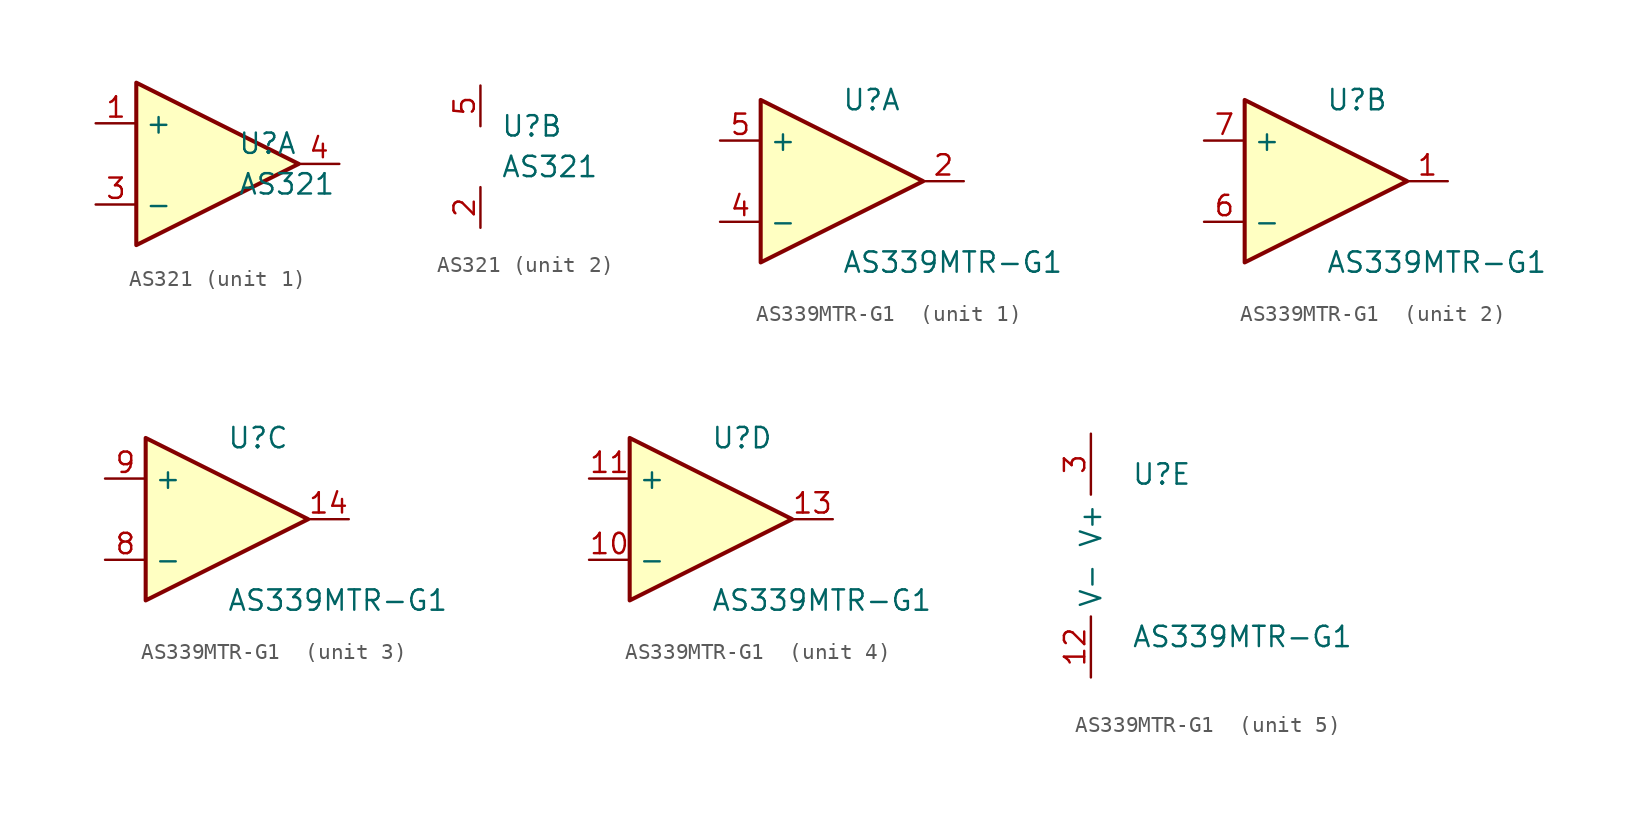
<source format=kicad_sym>
(kicad_symbol_lib
  (version 20210619)
  (generator kicad_symbol_editor)
  (symbol "DiscretePixelDetectorForRadiationAnalysis:AS321"
    (property "Reference" "U"
      (at 1.27 1.27 0)
      (effects (font (size 1.27 1.27)) (justify left)))
    (property "Value" "AS321"
      (at 1.27 -1.27 0)
      (effects (font (size 1.27 1.27)) (justify left)))
    (property "ki_locked" ""
      (at 0 0 0)
      (effects (font (size 1.27 1.27))))
    (symbol "AS321_1_1"
      (polyline (pts (xy -5.08 5.08) (xy 5.08 0) (xy -5.08 -5.08) (xy -5.08 5.08)) (stroke (width 0.254)) (fill (type background)))
      (pin input line (at -7.62 2.54 0) (length 2.54) (name "+" (effects (font (size 1.27 1.27)))) (number "1" (effects (font (size 1.27 1.27)))))
      (pin input line (at -7.62 -2.54 0) (length 2.54) (name "-" (effects (font (size 1.27 1.27)))) (number "3" (effects (font (size 1.27 1.27)))))
      (pin output line (at 7.62 0 180) (length 2.54) (name "~" (effects (font (size 1.27 1.27)))) (number "4" (effects (font (size 1.27 1.27))))))
    (symbol "AS321_2_1"
      (pin power_in line (at 0 -5.08 90) (length 2.54) (name "" (effects (font (size 1.27 1.27)))) (number "2" (effects (font (size 1.27 1.27)))))
      (pin input line (at 0 3.81 270) (length 2.54) (name "" (effects (font (size 1.27 1.27)))) (number "5" (effects (font (size 1.27 1.27)))))))
  (symbol "DiscretePixelDetectorForRadiationAnalysis:AS339MTR-G1 "
    (property "Reference" "U"
      (at 0 5.08 0)
      (effects (font (size 1.27 1.27)) (justify left)))
    (property "Value" "AS339MTR-G1 "
      (at 0 -5.08 0)
      (effects (font (size 1.27 1.27)) (justify left)))
    (property "ki_locked" ""
      (at 0 0 0)
      (effects (font (size 1.27 1.27))))
    (symbol "AS339MTR-G1 _1_1"
      (polyline (pts (xy -5.08 5.08) (xy 5.08 0) (xy -5.08 -5.08) (xy -5.08 5.08)) (stroke (width 0.254)) (fill (type background)))
      (pin output line (at 7.62 0 180) (length 2.54) (name "~" (effects (font (size 1.27 1.27)))) (number "2" (effects (font (size 1.27 1.27)))))
      (pin input line (at -7.62 -2.54 0) (length 2.54) (name "-" (effects (font (size 1.27 1.27)))) (number "4" (effects (font (size 1.27 1.27)))))
      (pin input line (at -7.62 2.54 0) (length 2.54) (name "+" (effects (font (size 1.27 1.27)))) (number "5" (effects (font (size 1.27 1.27))))))
    (symbol "AS339MTR-G1 _2_1"
      (polyline (pts (xy -5.08 5.08) (xy 5.08 0) (xy -5.08 -5.08) (xy -5.08 5.08)) (stroke (width 0.254)) (fill (type background)))
      (pin output line (at 7.62 0 180) (length 2.54) (name "~" (effects (font (size 1.27 1.27)))) (number "1" (effects (font (size 1.27 1.27)))))
      (pin input line (at -7.62 -2.54 0) (length 2.54) (name "-" (effects (font (size 1.27 1.27)))) (number "6" (effects (font (size 1.27 1.27)))))
      (pin input line (at -7.62 2.54 0) (length 2.54) (name "+" (effects (font (size 1.27 1.27)))) (number "7" (effects (font (size 1.27 1.27))))))
    (symbol "AS339MTR-G1 _3_1"
      (polyline (pts (xy -5.08 5.08) (xy 5.08 0) (xy -5.08 -5.08) (xy -5.08 5.08)) (stroke (width 0.254)) (fill (type background)))
      (pin output line (at 7.62 0 180) (length 2.54) (name "~" (effects (font (size 1.27 1.27)))) (number "14" (effects (font (size 1.27 1.27)))))
      (pin input line (at -7.62 -2.54 0) (length 2.54) (name "-" (effects (font (size 1.27 1.27)))) (number "8" (effects (font (size 1.27 1.27)))))
      (pin input line (at -7.62 2.54 0) (length 2.54) (name "+" (effects (font (size 1.27 1.27)))) (number "9" (effects (font (size 1.27 1.27))))))
    (symbol "AS339MTR-G1 _4_1"
      (polyline (pts (xy -5.08 5.08) (xy 5.08 0) (xy -5.08 -5.08) (xy -5.08 5.08)) (stroke (width 0.254)) (fill (type background)))
      (pin input line (at -7.62 -2.54 0) (length 2.54) (name "-" (effects (font (size 1.27 1.27)))) (number "10" (effects (font (size 1.27 1.27)))))
      (pin input line (at -7.62 2.54 0) (length 2.54) (name "+" (effects (font (size 1.27 1.27)))) (number "11" (effects (font (size 1.27 1.27)))))
      (pin output line (at 7.62 0 180) (length 2.54) (name "~" (effects (font (size 1.27 1.27)))) (number "13" (effects (font (size 1.27 1.27))))))
    (symbol "AS339MTR-G1 _5_1"
      (pin power_in line (at -2.54 -7.62 90) (length 3.81) (name "V-" (effects (font (size 1.27 1.27)))) (number "12" (effects (font (size 1.27 1.27)))))
      (pin power_in line (at -2.54 7.62 270) (length 3.81) (name "V+" (effects (font (size 1.27 1.27)))) (number "3" (effects (font (size 1.27 1.27))))))))
</source>
